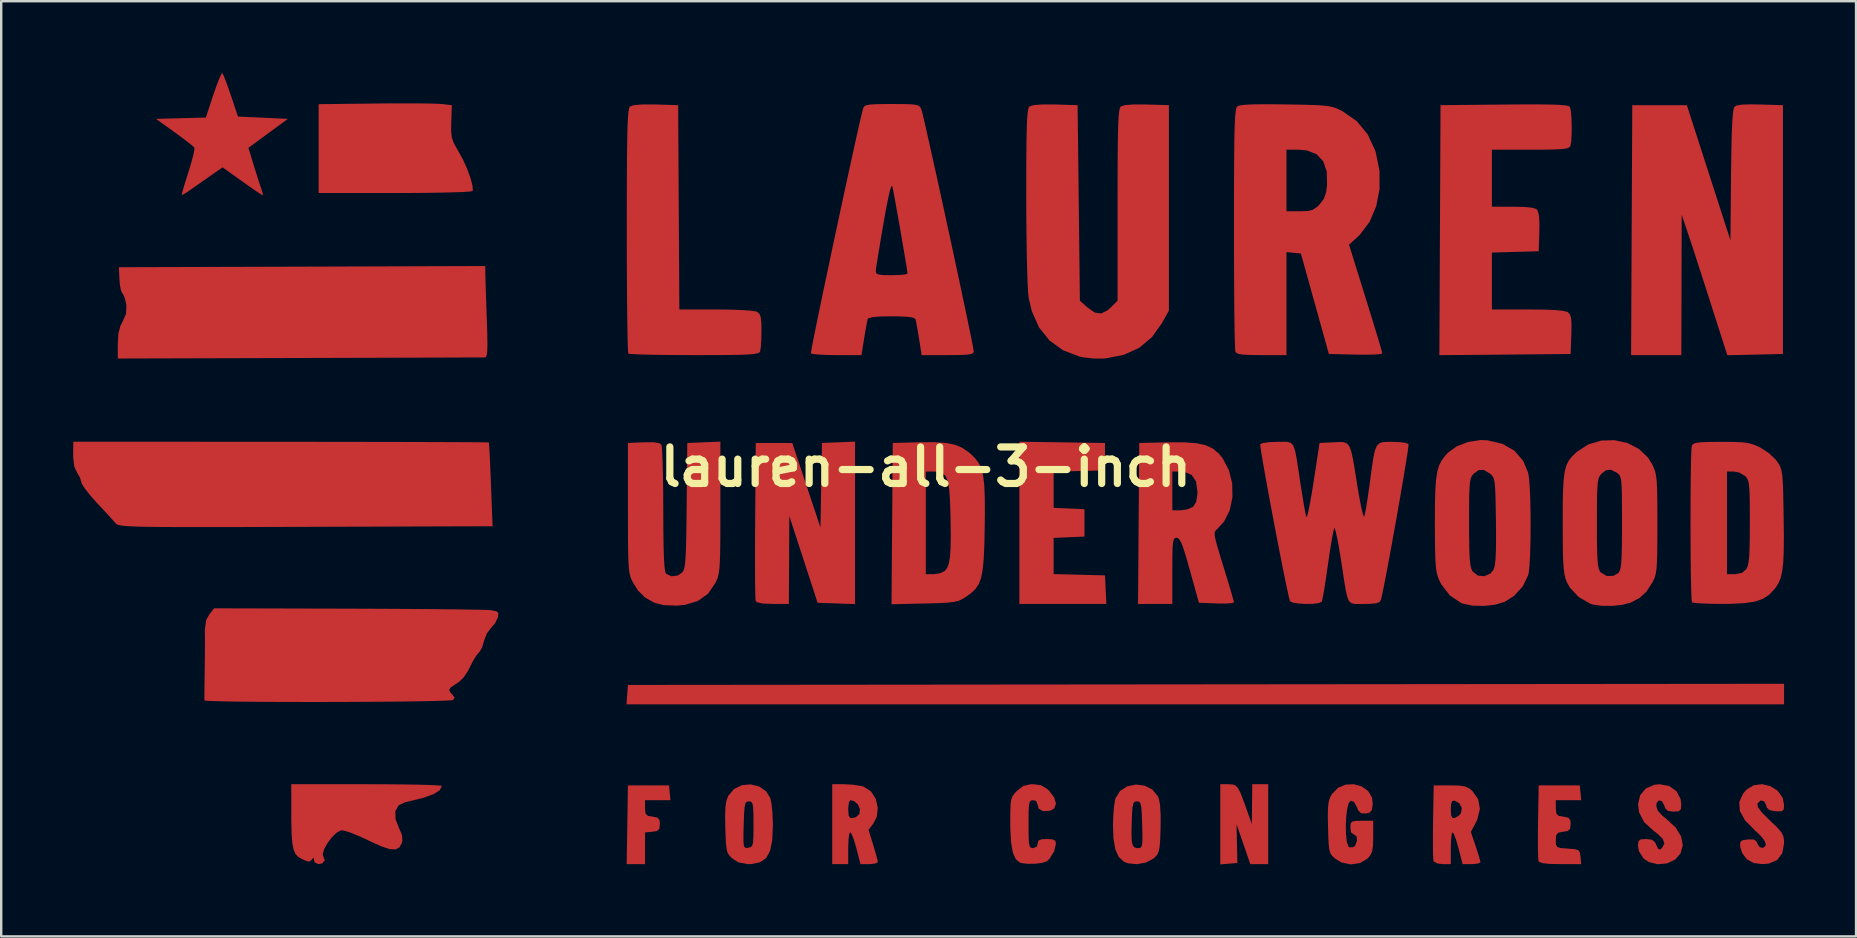
<source format=kicad_pcb>
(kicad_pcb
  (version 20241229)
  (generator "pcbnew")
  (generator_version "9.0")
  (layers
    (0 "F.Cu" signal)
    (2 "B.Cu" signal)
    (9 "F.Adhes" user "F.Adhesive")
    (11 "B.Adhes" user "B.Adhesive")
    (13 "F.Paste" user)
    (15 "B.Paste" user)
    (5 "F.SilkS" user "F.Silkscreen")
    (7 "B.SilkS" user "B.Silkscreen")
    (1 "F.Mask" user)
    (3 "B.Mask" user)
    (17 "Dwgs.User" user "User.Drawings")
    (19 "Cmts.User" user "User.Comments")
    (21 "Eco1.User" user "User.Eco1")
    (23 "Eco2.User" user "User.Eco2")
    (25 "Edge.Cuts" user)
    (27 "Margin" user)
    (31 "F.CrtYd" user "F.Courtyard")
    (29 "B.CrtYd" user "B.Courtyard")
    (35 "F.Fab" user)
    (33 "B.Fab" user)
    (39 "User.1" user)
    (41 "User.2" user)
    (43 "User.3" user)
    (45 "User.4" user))
  (footprint "lauren-all-3-inch"
    (layer "F.Cu")
    (at 35.535 16.411)
    (property "Reference" "lauren-all-3-inch" (at 0 0 0) (layer "F.SilkS") (effects (font (size 1.524 1.524) (thickness 0.3))))
    (attr through_hole)
    (fp_poly (pts (xy 35.769 9.894) (xy -12.473 9.894) (xy -12.444 9.489) (xy -12.415 9.085) (xy 11.677 9.061) (xy 35.769 9.037)) (stroke (width 0) (type solid)) (fill yes) (layer "F.Cu"))
    (fp_poly (pts (xy 12.779 13.231) (xy 12.91 13.276) (xy 13.016 13.39) (xy 13.124 13.605) (xy 13.256 13.953) (xy 13.335 14.172) (xy 13.589 14.888) (xy 13.604 13.223) (xy 14.27 13.223) (xy 14.27 16.553) (xy 13.524 16.553) (xy 12.95 14.888) (xy 12.985 16.505) (xy 12.629 16.535) (xy 12.272 16.564) (xy 12.272 13.223) (xy 12.599 13.223)) (stroke (width 0) (type solid)) (fill yes) (layer "F.Cu"))
    (fp_poly (pts (xy -10.643 13.889) (xy -11.701 13.889) (xy -11.701 14.216) (xy -11.683 14.44) (xy -11.59 14.538) (xy -11.392 14.573) (xy -11.178 14.616) (xy -11.095 14.727) (xy -11.083 14.888) (xy -11.107 15.088) (xy -11.218 15.176) (xy -11.392 15.203) (xy -11.701 15.233) (xy -11.701 16.553) (xy -12.467 16.553) (xy -12.441 14.912) (xy -12.415 13.271) (xy -10.702 13.271)) (stroke (width 0) (type solid)) (fill yes) (layer "F.Cu"))
    (fp_poly (pts (xy 5.684 -1.025) (xy 7.468 -0.999) (xy 7.468 0.143) (xy 6.398 0.17) (xy 5.327 0.196) (xy 5.327 1.704) (xy 5.969 1.732) (xy 6.612 1.76) (xy 6.612 2.901) (xy 5.969 2.93) (xy 5.327 2.958) (xy 5.327 4.465) (xy 6.398 4.492) (xy 7.468 4.519) (xy 7.496 5.113) (xy 7.524 5.708) (xy 3.9 5.708) (xy 3.9 -1.051)) (stroke (width 0) (type solid)) (fill yes) (layer "F.Cu"))
    (fp_poly (pts (xy -2.949 5.716) (xy -3.729 5.688) (xy -4.51 5.66) (xy -5.099 3.853) (xy -5.689 2.045) (xy -5.698 3.877) (xy -5.708 5.708) (xy -6.377 5.708) (xy -6.798 5.691) (xy -7.035 5.639) (xy -7.092 5.588) (xy -7.102 5.468) (xy -7.11 5.18) (xy -7.115 4.748) (xy -7.118 4.194) (xy -7.119 3.542) (xy -7.116 2.814) (xy -7.112 2.235) (xy -7.087 -0.999) (xy -5.565 -0.999) (xy -4.978 0.761) (xy -4.391 2.521) (xy -4.328 -0.999) (xy -3.639 -1.027) (xy -2.949 -1.055)) (stroke (width 0) (type solid)) (fill yes) (layer "F.Cu"))
    (fp_poly (pts (xy -21.076 -15.151) (xy -20.618 -15.144) (xy -20.297 -15.134) (xy -20.175 -15.126) (xy -19.754 -15.078) (xy -19.778 -14.378) (xy -19.783 -13.998) (xy -19.754 -13.73) (xy -19.673 -13.497) (xy -19.52 -13.221) (xy -19.471 -13.141) (xy -19.284 -12.797) (xy -19.114 -12.418) (xy -18.979 -12.05) (xy -18.895 -11.74) (xy -18.879 -11.536) (xy -18.891 -11.499) (xy -18.995 -11.479) (xy -19.267 -11.461) (xy -19.684 -11.445) (xy -20.224 -11.432) (xy -20.864 -11.423) (xy -21.581 -11.417) (xy -22.124 -11.416) (xy -25.305 -11.416) (xy -25.305 -15.119) (xy -22.95 -15.146) (xy -22.274 -15.152) (xy -21.639 -15.153)) (stroke (width 0) (type solid)) (fill yes) (layer "F.Cu"))
    (fp_poly (pts (xy 34.761 -15.105) (xy 35.722 -15.078) (xy 35.722 -4.709) (xy 34.563 -4.682) (xy 33.404 -4.656) (xy 32.726 -6.775) (xy 32.514 -7.435) (xy 32.304 -8.087) (xy 32.108 -8.691) (xy 31.94 -9.208) (xy 31.811 -9.598) (xy 31.776 -9.703) (xy 31.503 -10.512) (xy 31.496 -7.587) (xy 31.488 -4.661) (xy 29.394 -4.661) (xy 29.418 -9.87) (xy 29.443 -15.078) (xy 31.717 -15.078) (xy 33.534 -9.445) (xy 33.559 -12.158) (xy 33.571 -13.081) (xy 33.588 -13.818) (xy 33.611 -14.375) (xy 33.64 -14.755) (xy 33.674 -14.963) (xy 33.692 -15.002) (xy 33.799 -15.065) (xy 34.012 -15.1) (xy 34.36 -15.112)) (stroke (width 0) (type solid)) (fill yes) (layer "F.Cu"))
    (fp_poly (pts (xy 27.315 13.889) (xy 26.256 13.889) (xy 26.256 14.216) (xy 26.275 14.44) (xy 26.367 14.538) (xy 26.565 14.573) (xy 26.78 14.616) (xy 26.863 14.727) (xy 26.875 14.888) (xy 26.85 15.088) (xy 26.739 15.176) (xy 26.565 15.203) (xy 26.355 15.244) (xy 26.27 15.351) (xy 26.256 15.555) (xy 26.264 15.743) (xy 26.321 15.841) (xy 26.473 15.885) (xy 26.756 15.906) (xy 27.047 15.929) (xy 27.199 15.977) (xy 27.262 16.081) (xy 27.285 16.244) (xy 27.315 16.553) (xy 26.449 16.553) (xy 25.99 16.543) (xy 25.7 16.512) (xy 25.557 16.457) (xy 25.537 16.43) (xy 25.523 16.297) (xy 25.513 16.009) (xy 25.51 15.601) (xy 25.512 15.11) (xy 25.516 14.789) (xy 25.543 13.271) (xy 27.255 13.271)) (stroke (width 0) (type solid)) (fill yes) (layer "F.Cu"))
    (fp_poly (pts (xy -18.358 -8.063) (xy -18.353 -7.865) (xy -18.343 -7.516) (xy -18.328 -7.056) (xy -18.31 -6.526) (xy -18.297 -6.16) (xy -18.278 -5.562) (xy -18.271 -5.13) (xy -18.277 -4.838) (xy -18.297 -4.664) (xy -18.333 -4.581) (xy -18.371 -4.565) (xy -18.485 -4.564) (xy -18.774 -4.563) (xy -19.225 -4.562) (xy -19.822 -4.56) (xy -20.55 -4.557) (xy -21.397 -4.555) (xy -22.345 -4.552) (xy -23.382 -4.549) (xy -24.493 -4.546) (xy -25.662 -4.542) (xy -26.09 -4.541) (xy -33.676 -4.519) (xy -33.676 -5.126) (xy -33.652 -5.559) (xy -33.567 -5.88) (xy -33.474 -6.06) (xy -33.332 -6.38) (xy -33.318 -6.724) (xy -33.325 -6.774) (xy -33.381 -7.034) (xy -33.458 -7.204) (xy -33.481 -7.227) (xy -33.543 -7.351) (xy -33.59 -7.602) (xy -33.607 -7.808) (xy -33.629 -8.324) (xy -25.995 -8.348) (xy -18.36 -8.373)) (stroke (width 0) (type solid)) (fill yes) (layer "F.Cu"))
    (fp_poly (pts (xy -29.26 -16.299) (xy -29.162 -16.049) (xy -29.038 -15.704) (xy -28.96 -15.476) (xy -28.667 -14.603) (xy -27.628 -14.555) (xy -26.589 -14.507) (xy -28.232 -13.299) (xy -27.997 -12.53) (xy -27.877 -12.146) (xy -27.768 -11.808) (xy -27.69 -11.577) (xy -27.677 -11.541) (xy -27.628 -11.376) (xy -27.636 -11.321) (xy -27.726 -11.373) (xy -27.936 -11.513) (xy -28.233 -11.719) (xy -28.494 -11.904) (xy -29.309 -12.487) (xy -29.974 -12.023) (xy -30.304 -11.792) (xy -30.594 -11.589) (xy -30.793 -11.451) (xy -30.826 -11.428) (xy -30.967 -11.349) (xy -31.013 -11.355) (xy -30.985 -11.465) (xy -30.912 -11.714) (xy -30.805 -12.061) (xy -30.722 -12.32) (xy -30.605 -12.71) (xy -30.521 -13.035) (xy -30.481 -13.249) (xy -30.484 -13.31) (xy -30.58 -13.398) (xy -30.794 -13.568) (xy -31.092 -13.792) (xy -31.31 -13.951) (xy -32.084 -14.507) (xy -30.005 -14.561) (xy -29.692 -15.517) (xy -29.558 -15.901) (xy -29.441 -16.199) (xy -29.354 -16.378) (xy -29.316 -16.411)) (stroke (width 0) (type solid)) (fill yes) (layer "F.Cu"))
    (fp_poly (pts (xy -3.033 13.244) (xy -2.703 13.295) (xy -2.58 13.329) (xy -2.283 13.524) (xy -2.085 13.834) (xy -2.001 14.206) (xy -2.044 14.583) (xy -2.193 14.872) (xy -2.388 15.12) (xy -2.193 15.751) (xy -2.095 16.079) (xy -2.025 16.336) (xy -1.998 16.467) (xy -1.998 16.468) (xy -2.082 16.522) (xy -2.291 16.551) (xy -2.36 16.553) (xy -2.722 16.553) (xy -2.895 15.887) (xy -2.99 15.562) (xy -3.079 15.325) (xy -3.146 15.222) (xy -3.151 15.221) (xy -3.192 15.308) (xy -3.222 15.537) (xy -3.234 15.86) (xy -3.234 15.887) (xy -3.234 16.553) (xy -3.9 16.553) (xy -3.9 14.27) (xy -3.234 14.27) (xy -3.216 14.532) (xy -3.139 14.637) (xy -2.973 14.615) (xy -2.909 14.592) (xy -2.766 14.459) (xy -2.746 14.263) (xy -2.831 14.063) (xy -2.998 13.922) (xy -3.147 13.889) (xy -3.202 13.974) (xy -3.232 14.184) (xy -3.234 14.27) (xy -3.9 14.27) (xy -3.9 13.223) (xy -3.391 13.223)) (stroke (width 0) (type solid)) (fill yes) (layer "F.Cu"))
    (fp_poly (pts (xy 25.581 -15.109) (xy 26.076 -15.103) (xy 26.432 -15.089) (xy 26.668 -15.067) (xy 26.8 -15.037) (xy 26.843 -15.008) (xy 26.881 -14.853) (xy 26.907 -14.569) (xy 26.919 -14.218) (xy 26.916 -13.86) (xy 26.898 -13.558) (xy 26.864 -13.374) (xy 26.819 -13.318) (xy 26.717 -13.277) (xy 26.53 -13.25) (xy 26.232 -13.234) (xy 25.796 -13.225) (xy 25.2 -13.223) (xy 23.593 -13.223) (xy 23.593 -10.845) (xy 24.485 -10.845) (xy 24.958 -10.835) (xy 25.27 -10.804) (xy 25.445 -10.747) (xy 25.487 -10.711) (xy 25.546 -10.532) (xy 25.574 -10.189) (xy 25.57 -9.784) (xy 25.543 -8.99) (xy 23.593 -8.936) (xy 23.593 -6.564) (xy 25.096 -6.564) (xy 25.752 -6.558) (xy 26.233 -6.539) (xy 26.557 -6.507) (xy 26.738 -6.459) (xy 26.765 -6.443) (xy 26.847 -6.353) (xy 26.893 -6.204) (xy 26.91 -5.953) (xy 26.904 -5.558) (xy 26.903 -5.516) (xy 26.875 -4.709) (xy 21.403 -4.659) (xy 21.452 -15.078) (xy 24.109 -15.104) (xy 24.932 -15.11)) (stroke (width 0) (type solid)) (fill yes) (layer "F.Cu"))
    (fp_poly (pts (xy 30.988 13.302) (xy 31.29 13.519) (xy 31.459 13.846) (xy 31.485 14.056) (xy 31.47 14.265) (xy 31.381 14.349) (xy 31.166 14.365) (xy 30.932 14.338) (xy 30.818 14.229) (xy 30.783 14.127) (xy 30.685 13.938) (xy 30.558 13.894) (xy 30.461 13.995) (xy 30.442 14.124) (xy 30.505 14.327) (xy 30.711 14.549) (xy 30.866 14.671) (xy 31.251 15.027) (xy 31.48 15.401) (xy 31.549 15.77) (xy 31.453 16.109) (xy 31.23 16.361) (xy 30.895 16.522) (xy 30.507 16.558) (xy 30.138 16.469) (xy 29.914 16.319) (xy 29.722 16.019) (xy 29.681 15.796) (xy 29.699 15.602) (xy 29.791 15.522) (xy 30.015 15.506) (xy 30.016 15.506) (xy 30.262 15.535) (xy 30.396 15.648) (xy 30.448 15.761) (xy 30.529 15.929) (xy 30.611 15.939) (xy 30.687 15.873) (xy 30.781 15.695) (xy 30.712 15.498) (xy 30.472 15.266) (xy 30.333 15.164) (xy 29.94 14.807) (xy 29.728 14.4) (xy 29.684 14.06) (xy 29.771 13.682) (xy 30.006 13.401) (xy 30.36 13.246) (xy 30.585 13.223)) (stroke (width 0) (type solid)) (fill yes) (layer "F.Cu"))
    (fp_poly (pts (xy -26.881 -1.048) (xy -25.616 -1.047) (xy -24.405 -1.046) (xy -23.264 -1.044) (xy -22.204 -1.042) (xy -21.24 -1.04) (xy -20.385 -1.037) (xy -19.652 -1.034) (xy -19.055 -1.031) (xy -18.607 -1.028) (xy -18.321 -1.025) (xy -18.211 -1.021) (xy -18.21 -1.021) (xy -18.2 -0.924) (xy -18.184 -0.666) (xy -18.165 -0.28) (xy -18.144 0.206) (xy -18.123 0.736) (xy -18.056 2.471) (xy -25.84 2.496) (xy -27.239 2.5) (xy -28.461 2.504) (xy -29.516 2.506) (xy -30.419 2.506) (xy -31.18 2.505) (xy -31.814 2.502) (xy -32.331 2.497) (xy -32.744 2.489) (xy -33.066 2.478) (xy -33.308 2.465) (xy -33.484 2.448) (xy -33.606 2.428) (xy -33.685 2.405) (xy -33.735 2.377) (xy -33.768 2.346) (xy -33.769 2.344) (xy -33.896 2.2) (xy -34.117 1.958) (xy -34.394 1.659) (xy -34.555 1.488) (xy -34.83 1.179) (xy -35.046 0.904) (xy -35.174 0.702) (xy -35.197 0.633) (xy -35.255 0.431) (xy -35.368 0.242) (xy -35.488 -0.011) (xy -35.534 -0.395) (xy -35.535 -0.513) (xy -35.531 -1.052)) (stroke (width 0) (type solid)) (fill yes) (layer "F.Cu"))
    (fp_poly (pts (xy 22.225 13.28) (xy 22.471 13.315) (xy 22.644 13.393) (xy 22.775 13.5) (xy 23.022 13.849) (xy 23.092 14.255) (xy 22.983 14.697) (xy 22.93 14.806) (xy 22.715 15.211) (xy 22.916 15.805) (xy 23.019 16.12) (xy 23.091 16.363) (xy 23.117 16.476) (xy 23.033 16.525) (xy 22.822 16.551) (xy 22.744 16.553) (xy 22.371 16.553) (xy 22.2 15.887) (xy 22.107 15.562) (xy 22.021 15.325) (xy 21.959 15.222) (xy 21.954 15.221) (xy 21.918 15.308) (xy 21.891 15.537) (xy 21.88 15.86) (xy 21.88 15.887) (xy 21.88 16.553) (xy 21.544 16.553) (xy 21.306 16.521) (xy 21.168 16.443) (xy 21.161 16.43) (xy 21.147 16.297) (xy 21.137 16.009) (xy 21.134 15.601) (xy 21.136 15.11) (xy 21.14 14.789) (xy 21.149 14.27) (xy 21.88 14.27) (xy 21.895 14.523) (xy 21.953 14.628) (xy 22.036 14.633) (xy 22.215 14.532) (xy 22.298 14.436) (xy 22.339 14.219) (xy 22.237 14.017) (xy 22.036 13.906) (xy 21.935 13.924) (xy 21.889 14.06) (xy 21.88 14.27) (xy 21.149 14.27) (xy 21.167 13.271) (xy 21.849 13.271)) (stroke (width 0) (type solid)) (fill yes) (layer "F.Cu"))
    (fp_poly (pts (xy 4.796 13.263) (xy 5.051 13.414) (xy 5.144 13.501) (xy 5.354 13.781) (xy 5.424 14.036) (xy 5.352 14.233) (xy 5.185 14.326) (xy 4.886 14.347) (xy 4.706 14.243) (xy 4.661 14.082) (xy 4.596 13.921) (xy 4.471 13.889) (xy 4.386 13.902) (xy 4.331 13.962) (xy 4.3 14.103) (xy 4.285 14.359) (xy 4.281 14.763) (xy 4.281 14.888) (xy 4.283 15.334) (xy 4.295 15.623) (xy 4.322 15.789) (xy 4.37 15.865) (xy 4.447 15.886) (xy 4.471 15.887) (xy 4.63 15.82) (xy 4.661 15.697) (xy 4.693 15.572) (xy 4.822 15.517) (xy 5.042 15.506) (xy 5.29 15.522) (xy 5.4 15.586) (xy 5.422 15.703) (xy 5.348 16.023) (xy 5.16 16.326) (xy 5.05 16.431) (xy 4.867 16.497) (xy 4.575 16.535) (xy 4.255 16.54) (xy 3.988 16.509) (xy 3.922 16.489) (xy 3.751 16.35) (xy 3.63 16.082) (xy 3.555 15.667) (xy 3.522 15.089) (xy 3.52 14.838) (xy 3.522 14.375) (xy 3.533 14.061) (xy 3.562 13.854) (xy 3.619 13.711) (xy 3.711 13.591) (xy 3.798 13.501) (xy 4.055 13.301) (xy 4.343 13.228) (xy 4.471 13.223)) (stroke (width 0) (type solid)) (fill yes) (layer "F.Cu"))
    (fp_poly (pts (xy 9.114 13.28) (xy 9.436 13.441) (xy 9.67 13.72) (xy 9.699 13.783) (xy 9.76 14.062) (xy 9.788 14.513) (xy 9.784 15.08) (xy 9.767 15.533) (xy 9.743 15.837) (xy 9.704 16.034) (xy 9.639 16.167) (xy 9.538 16.276) (xy 9.484 16.323) (xy 9.174 16.487) (xy 8.789 16.555) (xy 8.417 16.518) (xy 8.253 16.45) (xy 8.04 16.253) (xy 7.898 15.939) (xy 7.821 15.485) (xy 7.812 15.26) (xy 8.571 15.26) (xy 8.582 15.576) (xy 8.621 15.765) (xy 8.697 15.858) (xy 8.817 15.886) (xy 8.848 15.887) (xy 8.936 15.876) (xy 8.991 15.822) (xy 9.02 15.691) (xy 9.028 15.447) (xy 9.021 15.057) (xy 9.017 14.912) (xy 9.002 14.472) (xy 8.982 14.189) (xy 8.948 14.028) (xy 8.894 13.955) (xy 8.811 13.937) (xy 8.8 13.937) (xy 8.708 13.953) (xy 8.65 14.024) (xy 8.614 14.188) (xy 8.593 14.48) (xy 8.582 14.785) (xy 8.571 15.26) (xy 7.812 15.26) (xy 7.801 14.954) (xy 7.813 14.532) (xy 7.844 14.146) (xy 7.889 13.864) (xy 7.906 13.805) (xy 8.101 13.5) (xy 8.399 13.31) (xy 8.752 13.237)) (stroke (width 0) (type solid)) (fill yes) (layer "F.Cu"))
    (fp_poly (pts (xy 35.201 13.304) (xy 35.501 13.495) (xy 35.705 13.775) (xy 35.769 14.078) (xy 35.756 14.272) (xy 35.678 14.349) (xy 35.481 14.352) (xy 35.413 14.347) (xy 35.165 14.303) (xy 35.052 14.202) (xy 35.025 14.103) (xy 34.939 13.932) (xy 34.797 13.899) (xy 34.669 14.016) (xy 34.658 14.043) (xy 34.682 14.182) (xy 34.842 14.398) (xy 35.148 14.705) (xy 35.184 14.739) (xy 35.474 15.015) (xy 35.648 15.214) (xy 35.736 15.381) (xy 35.767 15.564) (xy 35.769 15.683) (xy 35.697 16.095) (xy 35.485 16.378) (xy 35.138 16.529) (xy 34.875 16.553) (xy 34.503 16.507) (xy 34.228 16.356) (xy 34.208 16.339) (xy 34.027 16.097) (xy 33.941 15.839) (xy 33.941 15.649) (xy 34.023 15.562) (xy 34.239 15.527) (xy 34.259 15.525) (xy 34.5 15.526) (xy 34.618 15.601) (xy 34.654 15.692) (xy 34.753 15.845) (xy 34.89 15.88) (xy 34.992 15.794) (xy 35.008 15.705) (xy 34.939 15.551) (xy 34.757 15.333) (xy 34.545 15.136) (xy 34.141 14.728) (xy 33.927 14.338) (xy 33.902 13.964) (xy 34.065 13.607) (xy 34.199 13.453) (xy 34.504 13.265) (xy 34.854 13.221)) (stroke (width 0) (type solid)) (fill yes) (layer "F.Cu"))
    (fp_poly (pts (xy -22.556 13.225) (xy -21.869 13.231) (xy -21.269 13.24) (xy -20.778 13.252) (xy -20.418 13.267) (xy -20.211 13.283) (xy -20.169 13.295) (xy -20.254 13.468) (xy -20.506 13.631) (xy -20.933 13.786) (xy -21.542 13.937) (xy -21.684 13.967) (xy -21.969 14.1) (xy -22.109 14.344) (xy -22.099 14.679) (xy -21.962 15.035) (xy -21.833 15.333) (xy -21.813 15.56) (xy -21.843 15.683) (xy -21.944 15.86) (xy -22.103 15.942) (xy -22.346 15.926) (xy -22.696 15.81) (xy -23.178 15.591) (xy -23.256 15.553) (xy -23.65 15.372) (xy -24.001 15.232) (xy -24.261 15.153) (xy -24.365 15.142) (xy -24.547 15.234) (xy -24.75 15.43) (xy -24.939 15.68) (xy -25.079 15.933) (xy -25.135 16.139) (xy -25.112 16.223) (xy -25.05 16.397) (xy -25.151 16.521) (xy -25.31 16.553) (xy -25.467 16.483) (xy -25.497 16.386) (xy -25.513 16.277) (xy -25.579 16.348) (xy -25.586 16.359) (xy -25.668 16.44) (xy -25.795 16.431) (xy -25.999 16.343) (xy -26.156 16.251) (xy -26.272 16.126) (xy -26.352 15.941) (xy -26.403 15.667) (xy -26.432 15.277) (xy -26.444 14.741) (xy -26.445 14.341) (xy -26.446 13.223) (xy -23.307 13.223)) (stroke (width 0) (type solid)) (fill yes) (layer "F.Cu"))
    (fp_poly (pts (xy -11.277 -15.106) (xy -11.259 -15.106) (xy -10.322 -15.078) (xy -10.272 -6.564) (xy -8.745 -6.564) (xy -8.185 -6.558) (xy -7.699 -6.541) (xy -7.322 -6.515) (xy -7.085 -6.482) (xy -7.033 -6.466) (xy -6.936 -6.386) (xy -6.88 -6.247) (xy -6.855 -6.003) (xy -6.849 -5.665) (xy -6.857 -5.3) (xy -6.877 -4.997) (xy -6.905 -4.819) (xy -6.907 -4.812) (xy -6.943 -4.767) (xy -7.025 -4.733) (xy -7.175 -4.706) (xy -7.412 -4.687) (xy -7.758 -4.674) (xy -8.233 -4.666) (xy -8.857 -4.662) (xy -9.65 -4.661) (xy -9.65 -4.661) (xy -10.347 -4.664) (xy -10.98 -4.67) (xy -11.527 -4.679) (xy -11.961 -4.691) (xy -12.258 -4.706) (xy -12.394 -4.722) (xy -12.399 -4.725) (xy -12.411 -4.829) (xy -12.422 -5.106) (xy -12.432 -5.538) (xy -12.442 -6.107) (xy -12.449 -6.795) (xy -12.455 -7.585) (xy -12.46 -8.458) (xy -12.462 -9.397) (xy -12.462 -9.85) (xy -12.461 -10.988) (xy -12.459 -11.949) (xy -12.455 -12.748) (xy -12.448 -13.4) (xy -12.439 -13.919) (xy -12.426 -14.319) (xy -12.41 -14.614) (xy -12.391 -14.818) (xy -12.367 -14.947) (xy -12.338 -15.013) (xy -12.329 -15.023) (xy -12.151 -15.08) (xy -11.797 -15.108)) (stroke (width 0) (type solid)) (fill yes) (layer "F.Cu"))
    (fp_poly (pts (xy -6.948 13.315) (xy -6.654 13.518) (xy -6.479 13.805) (xy -6.431 14.04) (xy -6.394 14.398) (xy -6.375 14.816) (xy -6.374 14.954) (xy -6.401 15.56) (xy -6.49 16.002) (xy -6.655 16.301) (xy -6.908 16.476) (xy -7.262 16.548) (xy -7.409 16.553) (xy -7.805 16.482) (xy -8.057 16.323) (xy -8.174 16.214) (xy -8.253 16.098) (xy -8.301 15.936) (xy -8.33 15.687) (xy -8.345 15.359) (xy -7.601 15.359) (xy -7.599 15.641) (xy -7.579 15.8) (xy -7.534 15.867) (xy -7.456 15.877) (xy -7.4 15.87) (xy -7.301 15.847) (xy -7.238 15.787) (xy -7.202 15.654) (xy -7.187 15.413) (xy -7.182 15.028) (xy -7.182 14.888) (xy -7.185 14.455) (xy -7.197 14.178) (xy -7.227 14.022) (xy -7.279 13.953) (xy -7.362 13.937) (xy -7.373 13.937) (xy -7.459 13.951) (xy -7.516 14.015) (xy -7.551 14.163) (xy -7.573 14.429) (xy -7.588 14.847) (xy -7.59 14.919) (xy -7.601 15.359) (xy -8.345 15.359) (xy -8.348 15.309) (xy -8.356 15.05) (xy -8.365 14.542) (xy -8.352 14.181) (xy -8.314 13.925) (xy -8.246 13.733) (xy -8.232 13.706) (xy -7.993 13.422) (xy -7.666 13.264) (xy -7.302 13.229)) (stroke (width 0) (type solid)) (fill yes) (layer "F.Cu"))
    (fp_poly (pts (xy 0.851 -0.999) (xy 1.233 -0.919) (xy 1.542 -0.786) (xy 1.817 -0.591) (xy 1.85 -0.562) (xy 2.049 -0.37) (xy 2.201 -0.168) (xy 2.313 0.071) (xy 2.39 0.374) (xy 2.436 0.768) (xy 2.458 1.279) (xy 2.461 1.936) (xy 2.455 2.478) (xy 2.44 3.235) (xy 2.413 3.829) (xy 2.37 4.285) (xy 2.302 4.63) (xy 2.202 4.891) (xy 2.064 5.093) (xy 1.881 5.264) (xy 1.681 5.407) (xy 1.52 5.507) (xy 1.363 5.578) (xy 1.174 5.625) (xy 0.913 5.655) (xy 0.544 5.675) (xy 0.029 5.689) (xy -0.065 5.691) (xy -1.429 5.722) (xy -1.404 2.362) (xy -1.388 0.19) (xy 0 0.19) (xy 0 4.471) (xy 0.326 4.471) (xy 0.593 4.43) (xy 0.792 4.331) (xy 0.798 4.325) (xy 0.893 4.198) (xy 0.961 4.014) (xy 1.007 3.748) (xy 1.032 3.375) (xy 1.04 2.867) (xy 1.032 2.2) (xy 1.03 2.074) (xy 1.01 1.427) (xy 0.977 0.946) (xy 0.92 0.607) (xy 0.83 0.386) (xy 0.699 0.259) (xy 0.517 0.202) (xy 0.318 0.19) (xy 0 0.19) (xy -1.388 0.19) (xy -1.379 -0.999) (xy -0.285 -1.028) (xy 0.357 -1.032)) (stroke (width 0) (type solid)) (fill yes) (layer "F.Cu"))
    (fp_poly (pts (xy 18.167 13.316) (xy 18.433 13.506) (xy 18.598 13.781) (xy 18.627 14.061) (xy 18.588 14.299) (xy 18.491 14.407) (xy 18.334 14.443) (xy 18.137 14.433) (xy 18.022 14.313) (xy 17.966 14.176) (xy 17.841 13.954) (xy 17.707 13.909) (xy 17.623 14.013) (xy 17.561 14.257) (xy 17.521 14.59) (xy 17.504 14.962) (xy 17.513 15.324) (xy 17.548 15.626) (xy 17.612 15.817) (xy 17.653 15.855) (xy 17.828 15.842) (xy 17.893 15.782) (xy 17.972 15.569) (xy 17.951 15.391) (xy 17.838 15.316) (xy 17.837 15.316) (xy 17.724 15.231) (xy 17.694 15.031) (xy 17.705 14.862) (xy 17.769 14.778) (xy 17.935 14.749) (xy 18.17 14.745) (xy 18.646 14.745) (xy 18.646 15.416) (xy 18.637 15.786) (xy 18.601 16.025) (xy 18.523 16.191) (xy 18.412 16.319) (xy 18.1 16.508) (xy 17.717 16.564) (xy 17.33 16.486) (xy 17.058 16.323) (xy 16.942 16.216) (xy 16.864 16.104) (xy 16.816 15.947) (xy 16.788 15.705) (xy 16.772 15.339) (xy 16.763 15.015) (xy 16.754 14.529) (xy 16.762 14.19) (xy 16.791 13.954) (xy 16.846 13.778) (xy 16.925 13.633) (xy 17.178 13.371) (xy 17.497 13.239) (xy 17.841 13.224)) (stroke (width 0) (type solid)) (fill yes) (layer "F.Cu"))
    (fp_poly (pts (xy 9.176 -15.106) (xy 9.194 -15.106) (xy 10.131 -15.078) (xy 10.131 -6.516) (xy 9.849 -6.007) (xy 9.425 -5.41) (xy 8.896 -4.967) (xy 8.255 -4.674) (xy 7.491 -4.524) (xy 7.42 -4.518) (xy 7.005 -4.518) (xy 6.567 -4.567) (xy 6.404 -4.601) (xy 5.717 -4.864) (xy 5.154 -5.27) (xy 4.719 -5.813) (xy 4.418 -6.49) (xy 4.285 -7.053) (xy 4.262 -7.291) (xy 4.241 -7.696) (xy 4.223 -8.242) (xy 4.208 -8.905) (xy 4.196 -9.662) (xy 4.189 -10.488) (xy 4.186 -11.285) (xy 4.187 -12.238) (xy 4.191 -13.018) (xy 4.197 -13.641) (xy 4.208 -14.125) (xy 4.222 -14.485) (xy 4.242 -14.739) (xy 4.267 -14.904) (xy 4.298 -14.996) (xy 4.319 -15.023) (xy 4.497 -15.08) (xy 4.851 -15.108) (xy 5.371 -15.106) (xy 5.389 -15.106) (xy 6.326 -15.078) (xy 6.374 -11.004) (xy 6.421 -6.929) (xy 6.732 -6.651) (xy 7.039 -6.436) (xy 7.307 -6.395) (xy 7.575 -6.528) (xy 7.713 -6.652) (xy 7.991 -6.93) (xy 7.991 -10.921) (xy 7.992 -11.924) (xy 7.995 -12.753) (xy 8.001 -13.423) (xy 8.01 -13.951) (xy 8.023 -14.353) (xy 8.04 -14.645) (xy 8.062 -14.843) (xy 8.089 -14.963) (xy 8.122 -15.021) (xy 8.124 -15.023) (xy 8.302 -15.08) (xy 8.656 -15.108)) (stroke (width 0) (type solid)) (fill yes) (layer "F.Cu"))
    (fp_poly (pts (xy -8.562 1.678) (xy -8.562 2.475) (xy -8.565 3.106) (xy -8.572 3.594) (xy -8.585 3.964) (xy -8.604 4.238) (xy -8.632 4.442) (xy -8.669 4.598) (xy -8.718 4.73) (xy -8.764 4.828) (xy -9.072 5.278) (xy -9.494 5.583) (xy -10.039 5.747) (xy -10.359 5.778) (xy -10.93 5.759) (xy -11.318 5.657) (xy -11.705 5.439) (xy -11.992 5.154) (xy -12.211 4.804) (xy -12.27 4.685) (xy -12.317 4.56) (xy -12.352 4.404) (xy -12.378 4.196) (xy -12.395 3.91) (xy -12.406 3.524) (xy -12.412 3.014) (xy -12.414 2.355) (xy -12.415 1.712) (xy -12.415 -0.999) (xy -11.757 -1.027) (xy -11.351 -1.03) (xy -11.11 -0.992) (xy -11.021 -0.932) (xy -11.001 -0.808) (xy -10.982 -0.519) (xy -10.966 -0.092) (xy -10.953 0.447) (xy -10.945 1.072) (xy -10.942 1.757) (xy -10.942 1.765) (xy -10.938 2.608) (xy -10.93 3.275) (xy -10.914 3.779) (xy -10.893 4.135) (xy -10.863 4.354) (xy -10.826 4.452) (xy -10.826 4.452) (xy -10.602 4.557) (xy -10.338 4.524) (xy -10.148 4.394) (xy -10.101 4.321) (xy -10.063 4.204) (xy -10.034 4.021) (xy -10.012 3.751) (xy -9.995 3.371) (xy -9.983 2.86) (xy -9.973 2.196) (xy -9.967 1.611) (xy -9.941 -0.999) (xy -9.251 -1.027) (xy -8.562 -1.055)) (stroke (width 0) (type solid)) (fill yes) (layer "F.Cu"))
    (fp_poly (pts (xy 11.272 -0.99) (xy 11.666 -0.905) (xy 11.97 -0.762) (xy 12.216 -0.552) (xy 12.369 -0.363) (xy 12.634 0.138) (xy 12.77 0.696) (xy 12.779 1.268) (xy 12.664 1.811) (xy 12.43 2.28) (xy 12.154 2.577) (xy 12.084 2.64) (xy 12.043 2.715) (xy 12.037 2.831) (xy 12.07 3.017) (xy 12.146 3.304) (xy 12.271 3.72) (xy 12.403 4.149) (xy 12.554 4.641) (xy 12.683 5.068) (xy 12.779 5.399) (xy 12.834 5.599) (xy 12.843 5.643) (xy 12.755 5.674) (xy 12.524 5.691) (xy 12.194 5.691) (xy 12.112 5.688) (xy 11.382 5.66) (xy 11.005 4.305) (xy 10.852 3.766) (xy 10.734 3.388) (xy 10.64 3.143) (xy 10.559 3.006) (xy 10.482 2.953) (xy 10.452 2.949) (xy 10.382 2.962) (xy 10.334 3.018) (xy 10.302 3.148) (xy 10.284 3.378) (xy 10.276 3.739) (xy 10.274 4.257) (xy 10.274 4.328) (xy 10.274 5.708) (xy 8.845 5.708) (xy 8.886 0.19) (xy 10.274 0.19) (xy 10.274 1.807) (xy 10.623 1.807) (xy 10.907 1.765) (xy 11.131 1.663) (xy 11.147 1.65) (xy 11.272 1.448) (xy 11.319 1.116) (xy 11.321 1.032) (xy 11.263 0.611) (xy 11.086 0.337) (xy 10.787 0.205) (xy 10.607 0.19) (xy 10.274 0.19) (xy 8.886 0.19) (xy 8.895 -0.999) (xy 10.084 -1.026) (xy 10.756 -1.027)) (stroke (width 0) (type solid)) (fill yes) (layer "F.Cu"))
    (fp_poly (pts (xy -24.082 5.906) (xy -23.058 5.91) (xy -22.083 5.915) (xy -21.174 5.921) (xy -20.349 5.928) (xy -19.628 5.935) (xy -19.027 5.944) (xy -18.565 5.952) (xy -18.26 5.961) (xy -18.139 5.969) (xy -17.905 6.011) (xy -17.816 6.084) (xy -17.826 6.233) (xy -17.834 6.266) (xy -17.951 6.513) (xy -18.119 6.707) (xy -18.29 6.931) (xy -18.404 7.222) (xy -18.41 7.25) (xy -18.489 7.514) (xy -18.596 7.702) (xy -18.614 7.718) (xy -18.75 7.883) (xy -18.889 8.12) (xy -18.892 8.126) (xy -19.09 8.514) (xy -19.262 8.772) (xy -19.447 8.951) (xy -19.586 9.045) (xy -19.802 9.189) (xy -19.868 9.296) (xy -19.799 9.417) (xy -19.733 9.486) (xy -19.638 9.617) (xy -19.696 9.706) (xy -19.707 9.713) (xy -19.824 9.728) (xy -20.107 9.742) (xy -20.535 9.755) (xy -21.088 9.766) (xy -21.744 9.775) (xy -22.481 9.783) (xy -23.28 9.788) (xy -24.119 9.792) (xy -24.976 9.795) (xy -25.832 9.795) (xy -26.664 9.794) (xy -27.451 9.79) (xy -28.174 9.785) (xy -28.809 9.778) (xy -29.337 9.768) (xy -29.737 9.757) (xy -29.987 9.744) (xy -30.066 9.729) (xy -30.067 9.611) (xy -30.065 9.341) (xy -30.06 8.958) (xy -30.054 8.498) (xy -30.053 8.419) (xy -30.047 7.913) (xy -30.044 7.439) (xy -30.044 7.05) (xy -30.048 6.797) (xy -30.048 6.791) (xy -29.994 6.383) (xy -29.862 6.145) (xy -29.662 5.892)) (stroke (width 0) (type solid)) (fill yes) (layer "F.Cu"))
    (fp_poly (pts (xy 33.651 -1.043) (xy 34.014 -1.027) (xy 34.28 -0.993) (xy 34.497 -0.934) (xy 34.709 -0.843) (xy 34.776 -0.81) (xy 35.132 -0.58) (xy 35.425 -0.301) (xy 35.484 -0.223) (xy 35.563 -0.1) (xy 35.623 0.023) (xy 35.667 0.173) (xy 35.697 0.38) (xy 35.718 0.671) (xy 35.733 1.075) (xy 35.744 1.62) (xy 35.752 2.133) (xy 35.76 2.902) (xy 35.755 3.507) (xy 35.735 3.975) (xy 35.695 4.334) (xy 35.633 4.61) (xy 35.544 4.829) (xy 35.426 5.019) (xy 35.38 5.079) (xy 35.153 5.322) (xy 34.89 5.495) (xy 34.556 5.611) (xy 34.117 5.677) (xy 33.539 5.705) (xy 33.22 5.708) (xy 32.756 5.703) (xy 32.362 5.69) (xy 32.076 5.671) (xy 31.938 5.648) (xy 31.932 5.644) (xy 31.916 5.537) (xy 31.903 5.266) (xy 31.892 4.859) (xy 31.883 4.342) (xy 31.876 3.743) (xy 31.872 3.089) (xy 31.87 2.407) (xy 31.871 1.723) (xy 31.874 1.065) (xy 31.88 0.459) (xy 31.884 0.19) (xy 33.391 0.19) (xy 33.391 4.471) (xy 33.719 4.471) (xy 34.021 4.413) (xy 34.194 4.26) (xy 34.249 4.149) (xy 34.289 3.978) (xy 34.316 3.72) (xy 34.333 3.347) (xy 34.341 2.833) (xy 34.342 2.31) (xy 34.341 1.69) (xy 34.335 1.232) (xy 34.322 0.907) (xy 34.298 0.687) (xy 34.261 0.542) (xy 34.208 0.445) (xy 34.152 0.381) (xy 33.912 0.237) (xy 33.676 0.19) (xy 33.391 0.19) (xy 31.884 0.19) (xy 31.888 -0.067) (xy 31.898 -0.486) (xy 31.912 -0.772) (xy 31.927 -0.896) (xy 31.98 -0.961) (xy 32.101 -1.004) (xy 32.322 -1.031) (xy 32.673 -1.043) (xy 33.145 -1.046)) (stroke (width 0) (type solid)) (fill yes) (layer "F.Cu"))
    (fp_poly (pts (xy 23.408 -1.111) (xy 24.036 -0.961) (xy 24.533 -0.675) (xy 24.894 -0.256) (xy 25.103 0.238) (xy 25.141 0.479) (xy 25.171 0.87) (xy 25.192 1.37) (xy 25.203 1.938) (xy 25.206 2.536) (xy 25.2 3.122) (xy 25.185 3.656) (xy 25.161 4.098) (xy 25.128 4.408) (xy 25.11 4.492) (xy 24.886 4.969) (xy 24.518 5.373) (xy 24.12 5.624) (xy 23.725 5.741) (xy 23.249 5.792) (xy 22.771 5.777) (xy 22.373 5.693) (xy 22.308 5.668) (xy 21.839 5.356) (xy 21.483 4.892) (xy 21.396 4.719) (xy 21.335 4.564) (xy 21.289 4.385) (xy 21.257 4.152) (xy 21.236 3.836) (xy 21.224 3.409) (xy 21.218 2.841) (xy 21.216 2.351) (xy 21.216 2.31) (xy 22.641 2.31) (xy 22.644 2.969) (xy 22.652 3.465) (xy 22.669 3.824) (xy 22.695 4.074) (xy 22.734 4.241) (xy 22.787 4.351) (xy 22.793 4.36) (xy 23.009 4.527) (xy 23.278 4.553) (xy 23.529 4.444) (xy 23.663 4.281) (xy 23.71 4.128) (xy 23.742 3.868) (xy 23.761 3.479) (xy 23.766 2.942) (xy 23.761 2.251) (xy 23.751 1.625) (xy 23.74 1.162) (xy 23.724 0.833) (xy 23.7 0.61) (xy 23.663 0.466) (xy 23.611 0.372) (xy 23.541 0.301) (xy 23.511 0.277) (xy 23.253 0.121) (xy 23.036 0.132) (xy 22.831 0.285) (xy 22.765 0.363) (xy 22.717 0.464) (xy 22.683 0.617) (xy 22.661 0.847) (xy 22.648 1.184) (xy 22.643 1.655) (xy 22.641 2.288) (xy 22.641 2.31) (xy 21.216 2.31) (xy 21.219 1.602) (xy 21.233 1.015) (xy 21.262 0.562) (xy 21.312 0.216) (xy 21.388 -0.052) (xy 21.496 -0.269) (xy 21.64 -0.462) (xy 21.758 -0.592) (xy 22.12 -0.856) (xy 22.594 -1.039) (xy 23.107 -1.121)) (stroke (width 0) (type solid)) (fill yes) (layer "F.Cu"))
    (fp_poly (pts (xy 14.965 -15.11) (xy 15.002 -15.109) (xy 15.648 -15.098) (xy 16.135 -15.085) (xy 16.495 -15.067) (xy 16.759 -15.04) (xy 16.958 -15) (xy 17.123 -14.943) (xy 17.287 -14.866) (xy 17.375 -14.82) (xy 17.962 -14.41) (xy 18.412 -13.868) (xy 18.726 -13.193) (xy 18.756 -13.098) (xy 18.908 -12.337) (xy 18.91 -11.58) (xy 18.771 -10.863) (xy 18.497 -10.219) (xy 18.097 -9.684) (xy 17.996 -9.587) (xy 17.638 -9.263) (xy 18.332 -7.036) (xy 18.524 -6.416) (xy 18.696 -5.857) (xy 18.84 -5.383) (xy 18.947 -5.021) (xy 19.011 -4.795) (xy 19.026 -4.732) (xy 18.937 -4.704) (xy 18.696 -4.686) (xy 18.338 -4.678) (xy 17.912 -4.682) (xy 16.798 -4.709) (xy 16.215 -6.802) (xy 15.632 -8.895) (xy 15.331 -8.925) (xy 15.031 -8.954) (xy 15.031 -4.661) (xy 13.994 -4.661) (xy 13.524 -4.666) (xy 13.211 -4.682) (xy 13.023 -4.715) (xy 12.927 -4.769) (xy 12.9 -4.812) (xy 12.889 -4.934) (xy 12.879 -5.227) (xy 12.869 -5.675) (xy 12.861 -6.257) (xy 12.854 -6.957) (xy 12.849 -7.755) (xy 12.845 -8.633) (xy 12.843 -9.573) (xy 12.843 -9.937) (xy 12.843 -11.059) (xy 12.846 -12.005) (xy 12.85 -12.79) (xy 12.854 -13.223) (xy 15.031 -13.223) (xy 15.031 -10.655) (xy 15.584 -10.655) (xy 15.917 -10.667) (xy 16.133 -10.72) (xy 16.307 -10.839) (xy 16.408 -10.938) (xy 16.588 -11.174) (xy 16.685 -11.453) (xy 16.723 -11.746) (xy 16.709 -12.312) (xy 16.561 -12.743) (xy 16.281 -13.038) (xy 15.87 -13.195) (xy 15.541 -13.223) (xy 15.031 -13.223) (xy 12.854 -13.223) (xy 12.856 -13.428) (xy 12.865 -13.935) (xy 12.878 -14.326) (xy 12.894 -14.614) (xy 12.913 -14.814) (xy 12.937 -14.941) (xy 12.966 -15.011) (xy 12.98 -15.026) (xy 13.096 -15.068) (xy 13.336 -15.097) (xy 13.717 -15.113) (xy 14.254 -15.117)) (stroke (width 0) (type solid)) (fill yes) (layer "F.Cu"))
    (fp_poly (pts (xy 29.237 -0.999) (xy 29.716 -0.753) (xy 30.101 -0.387) (xy 30.266 -0.12) (xy 30.34 0.038) (xy 30.396 0.193) (xy 30.435 0.374) (xy 30.462 0.609) (xy 30.478 0.928) (xy 30.486 1.361) (xy 30.489 1.936) (xy 30.49 2.378) (xy 30.488 3.059) (xy 30.483 3.579) (xy 30.472 3.965) (xy 30.452 4.246) (xy 30.421 4.451) (xy 30.377 4.607) (xy 30.317 4.745) (xy 30.286 4.804) (xy 30.033 5.197) (xy 29.741 5.464) (xy 29.371 5.657) (xy 29.035 5.745) (xy 28.607 5.789) (xy 28.168 5.786) (xy 27.801 5.734) (xy 27.697 5.701) (xy 27.209 5.419) (xy 26.842 5.026) (xy 26.723 4.814) (xy 26.663 4.663) (xy 26.619 4.488) (xy 26.587 4.261) (xy 26.565 3.954) (xy 26.552 3.539) (xy 26.546 2.987) (xy 26.544 2.351) (xy 26.544 2.347) (xy 27.969 2.347) (xy 27.97 3.004) (xy 27.978 3.497) (xy 27.992 3.853) (xy 28.016 4.097) (xy 28.051 4.257) (xy 28.099 4.358) (xy 28.126 4.392) (xy 28.373 4.542) (xy 28.656 4.54) (xy 28.865 4.417) (xy 28.917 4.339) (xy 28.956 4.207) (xy 28.983 3.996) (xy 29.001 3.681) (xy 29.011 3.236) (xy 29.015 2.637) (xy 29.015 2.329) (xy 29.014 1.676) (xy 29.01 1.186) (xy 29.001 0.834) (xy 28.983 0.593) (xy 28.954 0.438) (xy 28.91 0.342) (xy 28.851 0.278) (xy 28.804 0.243) (xy 28.549 0.113) (xy 28.339 0.142) (xy 28.159 0.285) (xy 28.093 0.363) (xy 28.045 0.463) (xy 28.011 0.613) (xy 27.989 0.841) (xy 27.976 1.174) (xy 27.97 1.639) (xy 27.969 2.264) (xy 27.969 2.347) (xy 26.544 2.347) (xy 26.545 1.596) (xy 26.556 1.004) (xy 26.581 0.55) (xy 26.625 0.205) (xy 26.693 -0.055) (xy 26.792 -0.259) (xy 26.927 -0.433) (xy 27.102 -0.602) (xy 27.145 -0.64) (xy 27.618 -0.943) (xy 28.15 -1.1) (xy 28.703 -1.116)) (stroke (width 0) (type solid)) (fill yes) (layer "F.Cu"))
    (fp_poly (pts (xy -0.937 -15.124) (xy -0.61 -15.114) (xy -0.406 -15.091) (xy -0.288 -15.048) (xy -0.222 -14.98) (xy -0.189 -14.912) (xy -0.152 -14.782) (xy -0.081 -14.487) (xy 0.02 -14.049) (xy 0.146 -13.49) (xy 0.293 -12.83) (xy 0.457 -12.091) (xy 0.631 -11.294) (xy 0.813 -10.461) (xy 0.997 -9.613) (xy 1.178 -8.771) (xy 1.353 -7.957) (xy 1.515 -7.191) (xy 1.662 -6.496) (xy 1.788 -5.892) (xy 1.888 -5.401) (xy 1.959 -5.044) (xy 1.994 -4.843) (xy 1.998 -4.811) (xy 1.972 -4.745) (xy 1.875 -4.702) (xy 1.676 -4.676) (xy 1.345 -4.664) (xy 0.912 -4.661) (xy -0.173 -4.661) (xy -0.283 -5.351) (xy -0.342 -5.705) (xy -0.394 -5.992) (xy -0.429 -6.154) (xy -0.431 -6.16) (xy -0.52 -6.22) (xy -0.751 -6.258) (xy -1.143 -6.276) (xy -1.427 -6.279) (xy -1.913 -6.27) (xy -2.229 -6.243) (xy -2.392 -6.195) (xy -2.423 -6.16) (xy -2.456 -6.012) (xy -2.507 -5.733) (xy -2.566 -5.383) (xy -2.571 -5.351) (xy -2.681 -4.661) (xy -3.713 -4.661) (xy -4.136 -4.668) (xy -4.484 -4.685) (xy -4.716 -4.71) (xy -4.791 -4.735) (xy -4.777 -4.835) (xy -4.728 -5.1) (xy -4.647 -5.51) (xy -4.538 -6.044) (xy -4.407 -6.681) (xy -4.257 -7.401) (xy -4.097 -8.157) (xy -2.087 -8.157) (xy -2.065 -8.069) (xy -1.966 -8.019) (xy -1.751 -7.996) (xy -1.427 -7.991) (xy -1.099 -8) (xy -0.861 -8.023) (xy -0.762 -8.056) (xy -0.761 -8.059) (xy -0.777 -8.18) (xy -0.82 -8.453) (xy -0.885 -8.839) (xy -0.964 -9.304) (xy -1.051 -9.811) (xy -1.141 -10.323) (xy -1.227 -10.804) (xy -1.301 -11.217) (xy -1.359 -11.527) (xy -1.394 -11.696) (xy -1.395 -11.701) (xy -1.433 -11.708) (xy -1.493 -11.527) (xy -1.577 -11.161) (xy -1.683 -10.612) (xy -1.768 -10.131) (xy -1.866 -9.559) (xy -1.952 -9.043) (xy -2.021 -8.617) (xy -2.068 -8.312) (xy -2.087 -8.16) (xy -2.087 -8.157) (xy -4.097 -8.157) (xy -4.092 -8.182) (xy -3.918 -9.006) (xy -3.738 -9.85) (xy -3.557 -10.694) (xy -3.38 -11.517) (xy -3.21 -12.3) (xy -3.053 -13.02) (xy -2.912 -13.658) (xy -2.792 -14.193) (xy -2.698 -14.604) (xy -2.633 -14.871) (xy -2.61 -14.954) (xy -2.569 -15.027) (xy -2.477 -15.076) (xy -2.302 -15.106) (xy -2.012 -15.121) (xy -1.573 -15.126) (xy -1.419 -15.126)) (stroke (width 0) (type solid)) (fill yes) (layer "F.Cu"))
    (fp_poly (pts (xy 15.084 -1.043) (xy 15.216 -1.001) (xy 15.311 -0.898) (xy 15.382 -0.709) (xy 15.445 -0.409) (xy 15.514 0.028) (xy 15.602 0.618) (xy 15.679 1.11) (xy 15.751 1.541) (xy 15.81 1.872) (xy 15.851 2.066) (xy 15.859 2.093) (xy 15.89 2.052) (xy 15.943 1.849) (xy 16.011 1.512) (xy 16.09 1.067) (xy 16.162 0.618) (xy 16.41 -0.999) (xy 17.005 -1.027) (xy 17.24 -1.039) (xy 17.417 -1.032) (xy 17.548 -0.983) (xy 17.647 -0.869) (xy 17.726 -0.664) (xy 17.799 -0.346) (xy 17.878 0.11) (xy 17.976 0.728) (xy 17.985 0.787) (xy 18.066 1.265) (xy 18.142 1.657) (xy 18.208 1.935) (xy 18.255 2.068) (xy 18.271 2.071) (xy 18.306 1.936) (xy 18.358 1.651) (xy 18.421 1.254) (xy 18.488 0.785) (xy 18.504 0.666) (xy 18.585 0.06) (xy 18.651 -0.383) (xy 18.718 -0.689) (xy 18.798 -0.883) (xy 18.907 -0.99) (xy 19.057 -1.036) (xy 19.264 -1.047) (xy 19.446 -1.046) (xy 19.771 -1.033) (xy 20.015 -0.999) (xy 20.118 -0.955) (xy 20.112 -0.849) (xy 20.075 -0.582) (xy 20.012 -0.181) (xy 19.928 0.328) (xy 19.828 0.918) (xy 19.716 1.564) (xy 19.597 2.24) (xy 19.475 2.918) (xy 19.356 3.572) (xy 19.244 4.177) (xy 19.143 4.706) (xy 19.058 5.132) (xy 18.994 5.43) (xy 18.966 5.541) (xy 18.908 5.632) (xy 18.77 5.683) (xy 18.511 5.705) (xy 18.269 5.708) (xy 18.034 5.712) (xy 17.859 5.71) (xy 17.731 5.676) (xy 17.637 5.587) (xy 17.565 5.419) (xy 17.503 5.147) (xy 17.436 4.748) (xy 17.353 4.198) (xy 17.304 3.875) (xy 17.225 3.392) (xy 17.151 2.99) (xy 17.087 2.701) (xy 17.041 2.554) (xy 17.025 2.543) (xy 16.991 2.658) (xy 16.938 2.928) (xy 16.872 3.317) (xy 16.799 3.792) (xy 16.759 4.073) (xy 16.686 4.582) (xy 16.617 5.025) (xy 16.558 5.368) (xy 16.516 5.575) (xy 16.502 5.619) (xy 16.378 5.674) (xy 16.133 5.704) (xy 15.828 5.709) (xy 15.526 5.691) (xy 15.288 5.651) (xy 15.176 5.591) (xy 15.175 5.589) (xy 15.13 5.414) (xy 15.058 5.089) (xy 14.964 4.641) (xy 14.854 4.096) (xy 14.733 3.479) (xy 14.605 2.818) (xy 14.476 2.138) (xy 14.349 1.465) (xy 14.231 0.826) (xy 14.127 0.246) (xy 14.04 -0.248) (xy 13.977 -0.629) (xy 13.941 -0.873) (xy 13.937 -0.952) (xy 14.055 -0.999) (xy 14.309 -1.033) (xy 14.643 -1.046) (xy 14.649 -1.046) (xy 14.9 -1.05)) (stroke (width 0) (type solid)) (fill yes) (layer "F.Cu")))
  (gr_rect
    (start -3 -3)
    (end 74.304 35.975)
    (stroke (width 0.1) (type default))
    (fill no)
    (layer "Edge.Cuts")))
</source>
